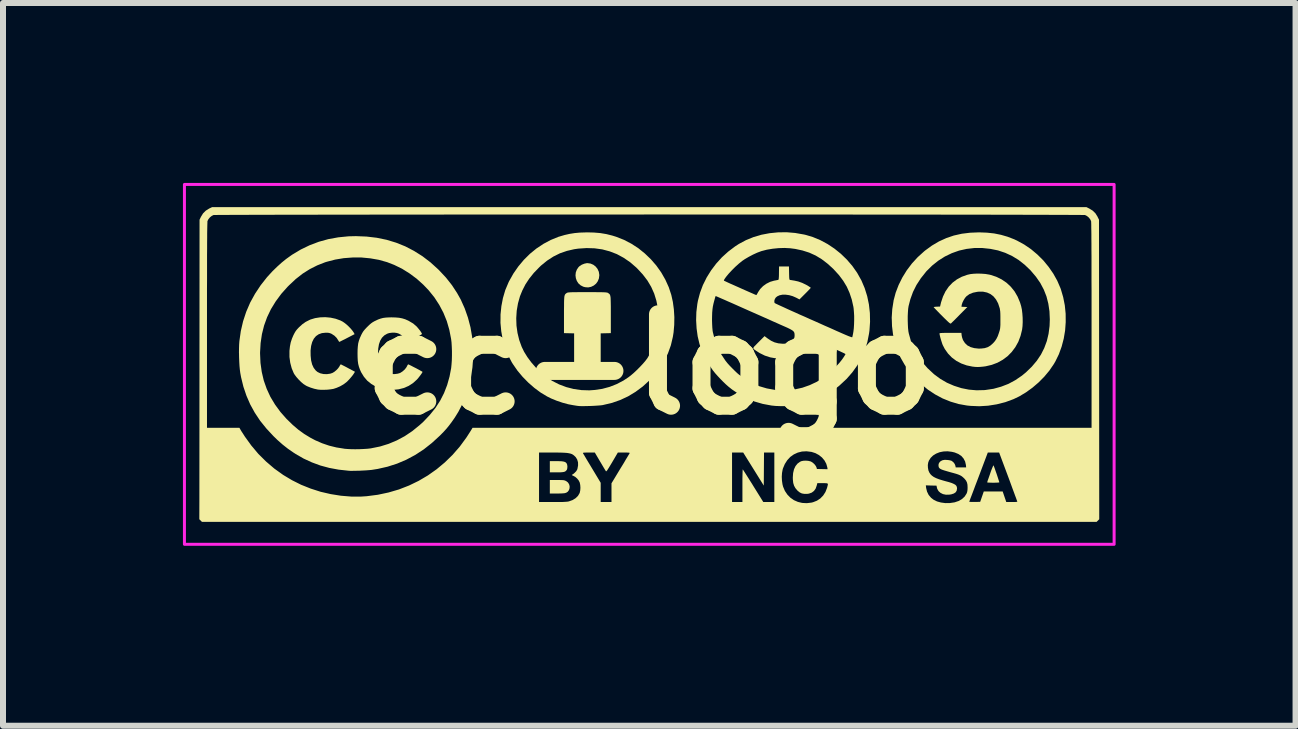
<source format=kicad_pcb>
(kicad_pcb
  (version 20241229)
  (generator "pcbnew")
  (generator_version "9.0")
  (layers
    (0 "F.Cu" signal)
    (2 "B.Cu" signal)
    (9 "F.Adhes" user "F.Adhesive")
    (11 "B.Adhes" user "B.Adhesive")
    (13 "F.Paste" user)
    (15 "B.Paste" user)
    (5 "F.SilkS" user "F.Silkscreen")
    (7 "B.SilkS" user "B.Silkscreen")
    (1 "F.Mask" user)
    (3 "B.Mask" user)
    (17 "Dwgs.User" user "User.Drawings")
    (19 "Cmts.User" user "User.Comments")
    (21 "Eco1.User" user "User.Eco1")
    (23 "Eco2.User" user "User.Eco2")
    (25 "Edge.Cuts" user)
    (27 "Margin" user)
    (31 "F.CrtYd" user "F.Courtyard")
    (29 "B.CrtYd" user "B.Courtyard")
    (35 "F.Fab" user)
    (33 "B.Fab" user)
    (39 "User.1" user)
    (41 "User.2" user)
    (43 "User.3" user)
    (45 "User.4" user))
  (footprint "cc-logo"
    (layer "F.Cu")
    (at 7.775 3.025)
    (property "Reference" "cc-logo" (at 0 0 0) (layer "F.SilkS") (effects (font (size 1.524 1.524) (thickness 0.3))))
    (attr board_only exclude_from_pos_files exclude_from_bom)
    (fp_poly (pts (xy -1.496 1.614) (xy -1.456 1.616) (xy -1.426 1.621) (xy -1.404 1.628) (xy -1.388 1.639) (xy -1.378 1.651) (xy -1.369 1.673) (xy -1.365 1.702) (xy -1.367 1.732) (xy -1.374 1.757) (xy -1.377 1.761) (xy -1.389 1.775) (xy -1.403 1.786) (xy -1.422 1.793) (xy -1.448 1.797) (xy -1.484 1.8) (xy -1.532 1.8) (xy -1.545 1.8) (xy -1.658 1.8) (xy -1.658 1.613) (xy -1.549 1.613)) (stroke (width 0) (type solid)) (fill yes) (layer "F.SilkS"))
    (fp_poly (pts (xy -1.494 1.928) (xy -1.46 1.929) (xy -1.436 1.93) (xy -1.418 1.933) (xy -1.403 1.938) (xy -1.39 1.944) (xy -1.387 1.945) (xy -1.358 1.967) (xy -1.338 1.996) (xy -1.328 2.03) (xy -1.329 2.064) (xy -1.339 2.096) (xy -1.359 2.123) (xy -1.383 2.139) (xy -1.398 2.144) (xy -1.414 2.148) (xy -1.436 2.15) (xy -1.466 2.152) (xy -1.506 2.153) (xy -1.536 2.153) (xy -1.658 2.153) (xy -1.658 1.928) (xy -1.539 1.928)) (stroke (width 0) (type solid)) (fill yes) (layer "F.SilkS"))
    (fp_poly (pts (xy -0.98 -1.681) (xy -0.933 -1.661) (xy -0.893 -1.63) (xy -0.862 -1.59) (xy -0.841 -1.543) (xy -0.833 -1.491) (xy -0.833 -1.485) (xy -0.84 -1.432) (xy -0.859 -1.385) (xy -0.888 -1.345) (xy -0.926 -1.314) (xy -0.97 -1.293) (xy -1.019 -1.283) (xy -1.07 -1.287) (xy -1.1 -1.295) (xy -1.145 -1.318) (xy -1.182 -1.351) (xy -1.208 -1.392) (xy -1.224 -1.437) (xy -1.23 -1.485) (xy -1.225 -1.533) (xy -1.208 -1.579) (xy -1.18 -1.621) (xy -1.162 -1.638) (xy -1.125 -1.662) (xy -1.082 -1.679) (xy -1.04 -1.688) (xy -1.031 -1.688)) (stroke (width 0) (type solid)) (fill yes) (layer "F.SilkS"))
    (fp_poly (pts (xy 5.744 1.694) (xy 5.752 1.715) (xy 5.763 1.745) (xy 5.775 1.781) (xy 5.789 1.82) (xy 5.802 1.859) (xy 5.814 1.896) (xy 5.824 1.927) (xy 5.832 1.951) (xy 5.836 1.965) (xy 5.836 1.967) (xy 5.829 1.969) (xy 5.811 1.971) (xy 5.784 1.972) (xy 5.752 1.973) (xy 5.718 1.973) (xy 5.686 1.972) (xy 5.659 1.971) (xy 5.641 1.97) (xy 5.634 1.967) (xy 5.634 1.967) (xy 5.636 1.959) (xy 5.642 1.938) (xy 5.653 1.908) (xy 5.666 1.871) (xy 5.681 1.828) (xy 5.684 1.818) (xy 5.701 1.769) (xy 5.716 1.731) (xy 5.728 1.703) (xy 5.736 1.687) (xy 5.74 1.684)) (stroke (width 0) (type solid)) (fill yes) (layer "F.SilkS"))
    (fp_poly (pts (xy -0.953 -1.204) (xy -0.888 -1.204) (xy -0.835 -1.203) (xy -0.793 -1.203) (xy -0.76 -1.202) (xy -0.736 -1.201) (xy -0.718 -1.199) (xy -0.705 -1.197) (xy -0.696 -1.195) (xy -0.69 -1.192) (xy -0.688 -1.191) (xy -0.677 -1.183) (xy -0.668 -1.176) (xy -0.66 -1.168) (xy -0.654 -1.157) (xy -0.65 -1.143) (xy -0.646 -1.123) (xy -0.644 -1.096) (xy -0.643 -1.061) (xy -0.642 -1.016) (xy -0.641 -0.96) (xy -0.641 -0.892) (xy -0.641 -0.521) (xy -0.726 -0.519) (xy -0.81 -0.517) (xy -0.81 0.188) (xy -1.253 0.188) (xy -1.253 -0.517) (xy -1.422 -0.521) (xy -1.422 -0.829) (xy -1.422 -0.908) (xy -1.421 -0.974) (xy -1.421 -1.027) (xy -1.42 -1.069) (xy -1.418 -1.102) (xy -1.416 -1.128) (xy -1.412 -1.146) (xy -1.407 -1.16) (xy -1.401 -1.17) (xy -1.393 -1.178) (xy -1.384 -1.185) (xy -1.375 -1.191) (xy -1.369 -1.194) (xy -1.361 -1.197) (xy -1.35 -1.199) (xy -1.334 -1.2) (xy -1.312 -1.202) (xy -1.282 -1.203) (xy -1.243 -1.203) (xy -1.194 -1.204) (xy -1.134 -1.204) (xy -1.06 -1.204) (xy -1.031 -1.204)) (stroke (width 0) (type solid)) (fill yes) (layer "F.SilkS"))
    (fp_poly (pts (xy -5.314 -0.779) (xy -5.23 -0.761) (xy -5.152 -0.733) (xy -5.116 -0.715) (xy -5.086 -0.695) (xy -5.05 -0.667) (xy -5.014 -0.634) (xy -4.98 -0.599) (xy -4.952 -0.566) (xy -4.932 -0.538) (xy -4.93 -0.535) (xy -4.913 -0.504) (xy -5.037 -0.44) (xy -5.077 -0.419) (xy -5.112 -0.402) (xy -5.14 -0.388) (xy -5.159 -0.378) (xy -5.167 -0.375) (xy -5.174 -0.381) (xy -5.183 -0.396) (xy -5.185 -0.399) (xy -5.212 -0.441) (xy -5.249 -0.478) (xy -5.292 -0.506) (xy -5.294 -0.508) (xy -5.32 -0.519) (xy -5.342 -0.525) (xy -5.368 -0.528) (xy -5.397 -0.528) (xy -5.459 -0.521) (xy -5.512 -0.502) (xy -5.557 -0.471) (xy -5.593 -0.428) (xy -5.62 -0.373) (xy -5.638 -0.307) (xy -5.647 -0.23) (xy -5.646 -0.146) (xy -5.638 -0.066) (xy -5.621 0.002) (xy -5.595 0.058) (xy -5.561 0.102) (xy -5.531 0.127) (xy -5.485 0.149) (xy -5.432 0.161) (xy -5.375 0.163) (xy -5.319 0.155) (xy -5.283 0.143) (xy -5.252 0.125) (xy -5.219 0.098) (xy -5.189 0.067) (xy -5.167 0.036) (xy -5.161 0.024) (xy -5.152 0.008) (xy -5.144 0.000193) (xy -5.143 0) (xy -5.135 0.003) (xy -5.116 0.013) (xy -5.088 0.027) (xy -5.053 0.045) (xy -5.022 0.062) (xy -4.907 0.123) (xy -4.92 0.145) (xy -4.941 0.177) (xy -4.971 0.214) (xy -5.004 0.252) (xy -5.037 0.286) (xy -5.052 0.299) (xy -5.099 0.334) (xy -5.155 0.366) (xy -5.215 0.392) (xy -5.268 0.409) (xy -5.312 0.416) (xy -5.366 0.422) (xy -5.423 0.424) (xy -5.477 0.424) (xy -5.524 0.42) (xy -5.584 0.407) (xy -5.648 0.387) (xy -5.707 0.363) (xy -5.729 0.351) (xy -5.766 0.327) (xy -5.806 0.293) (xy -5.846 0.253) (xy -5.883 0.211) (xy -5.913 0.171) (xy -5.928 0.146) (xy -5.962 0.064) (xy -5.986 -0.027) (xy -5.999 -0.124) (xy -5.999 -0.222) (xy -5.999 -0.225) (xy -5.991 -0.3) (xy -5.978 -0.366) (xy -5.957 -0.43) (xy -5.933 -0.486) (xy -5.913 -0.525) (xy -5.895 -0.555) (xy -5.874 -0.582) (xy -5.848 -0.61) (xy -5.837 -0.621) (xy -5.783 -0.67) (xy -5.729 -0.708) (xy -5.67 -0.738) (xy -5.648 -0.748) (xy -5.572 -0.771) (xy -5.488 -0.784) (xy -5.401 -0.787)) (stroke (width 0) (type solid)) (fill yes) (layer "F.SilkS"))
    (fp_poly (pts (xy -4.229 -0.782) (xy -4.171 -0.777) (xy -4.119 -0.767) (xy -4.07 -0.752) (xy -4.02 -0.73) (xy -4.007 -0.723) (xy -3.936 -0.681) (xy -3.876 -0.629) (xy -3.825 -0.567) (xy -3.821 -0.562) (xy -3.804 -0.536) (xy -3.794 -0.52) (xy -3.791 -0.51) (xy -3.793 -0.503) (xy -3.8 -0.498) (xy -3.811 -0.491) (xy -3.832 -0.479) (xy -3.861 -0.464) (xy -3.894 -0.447) (xy -3.929 -0.429) (xy -3.964 -0.412) (xy -3.995 -0.396) (xy -4.02 -0.384) (xy -4.037 -0.377) (xy -4.042 -0.375) (xy -4.048 -0.381) (xy -4.059 -0.396) (xy -4.072 -0.416) (xy -4.103 -0.459) (xy -4.14 -0.492) (xy -4.174 -0.512) (xy -4.207 -0.523) (xy -4.249 -0.529) (xy -4.294 -0.528) (xy -4.337 -0.522) (xy -4.37 -0.511) (xy -4.418 -0.483) (xy -4.457 -0.444) (xy -4.486 -0.395) (xy -4.507 -0.335) (xy -4.519 -0.263) (xy -4.523 -0.184) (xy -4.519 -0.099) (xy -4.506 -0.027) (xy -4.484 0.034) (xy -4.454 0.083) (xy -4.414 0.121) (xy -4.365 0.148) (xy -4.329 0.157) (xy -4.285 0.162) (xy -4.237 0.161) (xy -4.193 0.155) (xy -4.156 0.144) (xy -4.152 0.142) (xy -4.113 0.117) (xy -4.076 0.084) (xy -4.048 0.047) (xy -4.04 0.031) (xy -4.03 0.012) (xy -4.022 0.001) (xy -4.019 0) (xy -4.01 0.003) (xy -3.991 0.012) (xy -3.965 0.025) (xy -3.933 0.042) (xy -3.899 0.059) (xy -3.865 0.077) (xy -3.833 0.094) (xy -3.807 0.109) (xy -3.789 0.119) (xy -3.781 0.124) (xy -3.781 0.125) (xy -3.785 0.136) (xy -3.797 0.155) (xy -3.814 0.179) (xy -3.835 0.206) (xy -3.856 0.233) (xy -3.874 0.253) (xy -3.939 0.312) (xy -4.012 0.359) (xy -4.093 0.394) (xy -4.18 0.416) (xy -4.273 0.425) (xy -4.372 0.421) (xy -4.388 0.419) (xy -4.478 0.401) (xy -4.561 0.37) (xy -4.635 0.326) (xy -4.702 0.272) (xy -4.758 0.206) (xy -4.804 0.131) (xy -4.825 0.084) (xy -4.841 0.039) (xy -4.853 -0.008) (xy -4.86 -0.059) (xy -4.863 -0.119) (xy -4.864 -0.18) (xy -4.863 -0.246) (xy -4.859 -0.301) (xy -4.853 -0.349) (xy -4.842 -0.392) (xy -4.827 -0.435) (xy -4.806 -0.482) (xy -4.8 -0.495) (xy -4.783 -0.527) (xy -4.765 -0.555) (xy -4.742 -0.583) (xy -4.713 -0.614) (xy -4.7 -0.627) (xy -4.666 -0.66) (xy -4.638 -0.684) (xy -4.611 -0.703) (xy -4.581 -0.72) (xy -4.568 -0.726) (xy -4.522 -0.748) (xy -4.48 -0.763) (xy -4.438 -0.774) (xy -4.393 -0.78) (xy -4.341 -0.783) (xy -4.298 -0.784)) (stroke (width 0) (type solid)) (fill yes) (layer "F.SilkS"))
    (fp_poly (pts (xy 5.499 -2.201) (xy 5.629 -2.196) (xy 5.75 -2.183) (xy 5.864 -2.16) (xy 5.974 -2.128) (xy 6.083 -2.086) (xy 6.132 -2.063) (xy 6.251 -1.998) (xy 6.364 -1.921) (xy 6.47 -1.832) (xy 6.569 -1.734) (xy 6.657 -1.627) (xy 6.736 -1.513) (xy 6.802 -1.395) (xy 6.855 -1.272) (xy 6.862 -1.253) (xy 6.901 -1.12) (xy 6.928 -0.984) (xy 6.942 -0.844) (xy 6.943 -0.704) (xy 6.933 -0.565) (xy 6.91 -0.429) (xy 6.875 -0.296) (xy 6.829 -0.169) (xy 6.771 -0.05) (xy 6.744 -0.004) (xy 6.671 0.103) (xy 6.586 0.205) (xy 6.491 0.301) (xy 6.388 0.389) (xy 6.28 0.467) (xy 6.168 0.534) (xy 6.072 0.58) (xy 5.936 0.63) (xy 5.794 0.666) (xy 5.649 0.689) (xy 5.503 0.698) (xy 5.356 0.692) (xy 5.297 0.686) (xy 5.157 0.661) (xy 5.022 0.621) (xy 4.891 0.568) (xy 4.766 0.501) (xy 4.646 0.422) (xy 4.534 0.33) (xy 4.429 0.227) (xy 4.332 0.112) (xy 4.257 0.005) (xy 4.191 -0.11) (xy 4.137 -0.234) (xy 4.094 -0.364) (xy 4.064 -0.499) (xy 4.047 -0.638) (xy 4.044 -0.736) (xy 4.309 -0.736) (xy 4.311 -0.669) (xy 4.314 -0.606) (xy 4.32 -0.551) (xy 4.327 -0.515) (xy 4.363 -0.385) (xy 4.412 -0.263) (xy 4.474 -0.148) (xy 4.55 -0.039) (xy 4.639 0.063) (xy 4.742 0.159) (xy 4.75 0.166) (xy 4.853 0.242) (xy 4.963 0.306) (xy 5.081 0.357) (xy 5.203 0.396) (xy 5.328 0.421) (xy 5.455 0.432) (xy 5.583 0.429) (xy 5.605 0.427) (xy 5.739 0.407) (xy 5.866 0.372) (xy 5.988 0.325) (xy 6.103 0.263) (xy 6.213 0.188) (xy 6.28 0.133) (xy 6.377 0.039) (xy 6.46 -0.059) (xy 6.53 -0.163) (xy 6.585 -0.272) (xy 6.628 -0.388) (xy 6.657 -0.51) (xy 6.674 -0.64) (xy 6.678 -0.75) (xy 6.672 -0.886) (xy 6.653 -1.013) (xy 6.622 -1.134) (xy 6.577 -1.248) (xy 6.519 -1.357) (xy 6.447 -1.461) (xy 6.361 -1.562) (xy 6.358 -1.566) (xy 6.26 -1.66) (xy 6.157 -1.741) (xy 6.049 -1.807) (xy 5.934 -1.86) (xy 5.814 -1.9) (xy 5.686 -1.926) (xy 5.553 -1.94) (xy 5.42 -1.94) (xy 5.29 -1.925) (xy 5.165 -1.897) (xy 5.044 -1.854) (xy 4.928 -1.798) (xy 4.819 -1.729) (xy 4.716 -1.647) (xy 4.621 -1.553) (xy 4.613 -1.543) (xy 4.527 -1.435) (xy 4.455 -1.324) (xy 4.397 -1.208) (xy 4.353 -1.087) (xy 4.323 -0.971) (xy 4.316 -0.925) (xy 4.312 -0.868) (xy 4.309 -0.803) (xy 4.309 -0.736) (xy 4.044 -0.736) (xy 4.042 -0.778) (xy 4.051 -0.92) (xy 4.073 -1.06) (xy 4.073 -1.064) (xy 4.108 -1.195) (xy 4.157 -1.323) (xy 4.219 -1.448) (xy 4.293 -1.568) (xy 4.379 -1.682) (xy 4.475 -1.787) (xy 4.581 -1.883) (xy 4.599 -1.898) (xy 4.713 -1.981) (xy 4.83 -2.05) (xy 4.951 -2.105) (xy 5.077 -2.148) (xy 5.21 -2.178) (xy 5.349 -2.195) (xy 5.498 -2.201)) (stroke (width 0) (type solid)) (fill yes) (layer "F.SilkS"))
    (fp_poly (pts (xy 5.54 -1.512) (xy 5.607 -1.507) (xy 5.666 -1.497) (xy 5.685 -1.493) (xy 5.784 -1.461) (xy 5.874 -1.417) (xy 5.955 -1.362) (xy 6.028 -1.294) (xy 6.09 -1.217) (xy 6.141 -1.129) (xy 6.182 -1.031) (xy 6.2 -0.971) (xy 6.212 -0.915) (xy 6.22 -0.849) (xy 6.225 -0.777) (xy 6.226 -0.705) (xy 6.223 -0.638) (xy 6.216 -0.58) (xy 6.19 -0.475) (xy 6.153 -0.377) (xy 6.103 -0.287) (xy 6.043 -0.207) (xy 5.973 -0.136) (xy 5.894 -0.077) (xy 5.806 -0.028) (xy 5.71 0.008) (xy 5.608 0.032) (xy 5.57 0.037) (xy 5.518 0.042) (xy 5.475 0.044) (xy 5.433 0.042) (xy 5.388 0.037) (xy 5.292 0.017) (xy 5.202 -0.015) (xy 5.119 -0.059) (xy 5.045 -0.114) (xy 4.981 -0.18) (xy 4.927 -0.256) (xy 4.893 -0.322) (xy 4.884 -0.345) (xy 4.874 -0.376) (xy 4.863 -0.411) (xy 4.853 -0.446) (xy 4.845 -0.479) (xy 4.84 -0.503) (xy 4.838 -0.515) (xy 4.841 -0.518) (xy 4.849 -0.521) (xy 4.865 -0.523) (xy 4.889 -0.524) (xy 4.924 -0.525) (xy 4.971 -0.525) (xy 5.021 -0.525) (xy 5.204 -0.525) (xy 5.208 -0.485) (xy 5.214 -0.454) (xy 5.225 -0.42) (xy 5.232 -0.403) (xy 5.263 -0.355) (xy 5.304 -0.316) (xy 5.357 -0.288) (xy 5.419 -0.271) (xy 5.491 -0.263) (xy 5.534 -0.264) (xy 5.593 -0.271) (xy 5.643 -0.287) (xy 5.688 -0.314) (xy 5.73 -0.351) (xy 5.763 -0.388) (xy 5.788 -0.426) (xy 5.81 -0.47) (xy 5.829 -0.524) (xy 5.833 -0.537) (xy 5.841 -0.561) (xy 5.846 -0.582) (xy 5.85 -0.604) (xy 5.852 -0.628) (xy 5.854 -0.657) (xy 5.854 -0.696) (xy 5.854 -0.746) (xy 5.854 -0.803) (xy 5.853 -0.848) (xy 5.851 -0.883) (xy 5.847 -0.911) (xy 5.843 -0.936) (xy 5.841 -0.941) (xy 5.816 -1.017) (xy 5.782 -1.08) (xy 5.74 -1.132) (xy 5.69 -1.171) (xy 5.631 -1.198) (xy 5.565 -1.212) (xy 5.492 -1.212) (xy 5.465 -1.209) (xy 5.397 -1.195) (xy 5.339 -1.172) (xy 5.292 -1.139) (xy 5.29 -1.137) (xy 5.265 -1.109) (xy 5.242 -1.072) (xy 5.222 -1.032) (xy 5.21 -0.995) (xy 5.209 -0.988) (xy 5.204 -0.961) (xy 5.303 -0.956) (xy 5.173 -0.825) (xy 5.137 -0.788) (xy 5.103 -0.754) (xy 5.074 -0.725) (xy 5.051 -0.703) (xy 5.036 -0.688) (xy 5.031 -0.683) (xy 5.026 -0.681) (xy 5.02 -0.681) (xy 5.011 -0.686) (xy 4.998 -0.696) (xy 4.979 -0.713) (xy 4.954 -0.737) (xy 4.921 -0.769) (xy 4.879 -0.811) (xy 4.842 -0.848) (xy 4.809 -0.882) (xy 4.781 -0.911) (xy 4.759 -0.934) (xy 4.745 -0.949) (xy 4.741 -0.954) (xy 4.748 -0.957) (xy 4.766 -0.96) (xy 4.791 -0.962) (xy 4.794 -0.962) (xy 4.848 -0.964) (xy 4.865 -1.035) (xy 4.897 -1.131) (xy 4.939 -1.218) (xy 4.992 -1.295) (xy 5.056 -1.362) (xy 5.129 -1.417) (xy 5.211 -1.461) (xy 5.301 -1.493) (xy 5.353 -1.505) (xy 5.408 -1.511) (xy 5.472 -1.514)) (stroke (width 0) (type solid)) (fill yes) (layer "F.SilkS"))
    (fp_poly (pts (xy -0.923 -2.198) (xy -0.817 -2.189) (xy -0.715 -2.172) (xy -0.615 -2.147) (xy -0.551 -2.127) (xy -0.422 -2.076) (xy -0.299 -2.012) (xy -0.183 -1.937) (xy -0.074 -1.849) (xy 0.027 -1.752) (xy 0.118 -1.647) (xy 0.199 -1.533) (xy 0.268 -1.412) (xy 0.325 -1.286) (xy 0.367 -1.159) (xy 0.393 -1.042) (xy 0.41 -0.917) (xy 0.418 -0.788) (xy 0.416 -0.658) (xy 0.405 -0.532) (xy 0.393 -0.458) (xy 0.36 -0.318) (xy 0.312 -0.185) (xy 0.251 -0.058) (xy 0.177 0.062) (xy 0.089 0.176) (xy 0.004 0.266) (xy -0.109 0.369) (xy -0.229 0.458) (xy -0.353 0.533) (xy -0.484 0.594) (xy -0.621 0.642) (xy -0.765 0.676) (xy -0.784 0.68) (xy -0.81 0.683) (xy -0.846 0.686) (xy -0.891 0.689) (xy -0.941 0.692) (xy -0.993 0.694) (xy -1.044 0.695) (xy -1.092 0.696) (xy -1.133 0.696) (xy -1.165 0.695) (xy -1.185 0.693) (xy -1.202 0.691) (xy -1.228 0.687) (xy -1.258 0.682) (xy -1.26 0.682) (xy -1.351 0.665) (xy -1.447 0.639) (xy -1.544 0.606) (xy -1.637 0.568) (xy -1.703 0.535) (xy -1.811 0.47) (xy -1.916 0.392) (xy -2.018 0.303) (xy -2.113 0.206) (xy -2.199 0.103) (xy -2.273 -0.004) (xy -2.293 -0.036) (xy -2.356 -0.157) (xy -2.406 -0.285) (xy -2.444 -0.417) (xy -2.468 -0.553) (xy -2.481 -0.692) (xy -2.48 -0.77) (xy -2.218 -0.77) (xy -2.214 -0.646) (xy -2.197 -0.524) (xy -2.168 -0.405) (xy -2.127 -0.292) (xy -2.087 -0.21) (xy -2.032 -0.121) (xy -1.965 -0.031) (xy -1.89 0.055) (xy -1.809 0.135) (xy -1.727 0.202) (xy -1.619 0.275) (xy -1.503 0.334) (xy -1.383 0.379) (xy -1.258 0.411) (xy -1.129 0.429) (xy -0.999 0.433) (xy -0.914 0.427) (xy -0.784 0.408) (xy -0.661 0.375) (xy -0.544 0.329) (xy -0.431 0.27) (xy -0.349 0.216) (xy -0.306 0.183) (xy -0.258 0.142) (xy -0.208 0.095) (xy -0.158 0.045) (xy -0.111 -0.005) (xy -0.07 -0.052) (xy -0.038 -0.094) (xy -0.031 -0.104) (xy 0.034 -0.215) (xy 0.085 -0.333) (xy 0.123 -0.456) (xy 0.146 -0.585) (xy 0.156 -0.718) (xy 0.155 -0.806) (xy 0.143 -0.939) (xy 0.118 -1.063) (xy 0.082 -1.18) (xy 0.032 -1.292) (xy -0.031 -1.398) (xy -0.109 -1.5) (xy -0.2 -1.598) (xy -0.217 -1.615) (xy -0.319 -1.703) (xy -0.427 -1.777) (xy -0.54 -1.838) (xy -0.659 -1.884) (xy -0.783 -1.917) (xy -0.912 -1.935) (xy -1.045 -1.939) (xy -1.183 -1.93) (xy -1.252 -1.92) (xy -1.373 -1.892) (xy -1.489 -1.852) (xy -1.598 -1.798) (xy -1.703 -1.73) (xy -1.804 -1.648) (xy -1.835 -1.618) (xy -1.925 -1.525) (xy -2.001 -1.43) (xy -2.065 -1.333) (xy -2.117 -1.231) (xy -2.156 -1.135) (xy -2.189 -1.017) (xy -2.21 -0.895) (xy -2.218 -0.77) (xy -2.48 -0.77) (xy -2.48 -0.831) (xy -2.466 -0.969) (xy -2.44 -1.105) (xy -2.401 -1.238) (xy -2.348 -1.364) (xy -2.337 -1.387) (xy -2.265 -1.515) (xy -2.183 -1.633) (xy -2.091 -1.743) (xy -1.99 -1.843) (xy -1.881 -1.932) (xy -1.765 -2.009) (xy -1.643 -2.074) (xy -1.516 -2.126) (xy -1.411 -2.157) (xy -1.327 -2.176) (xy -1.244 -2.189) (xy -1.158 -2.197) (xy -1.063 -2.2) (xy -1.039 -2.201)) (stroke (width 0) (type solid)) (fill yes) (layer "F.SilkS"))
    (fp_poly (pts (xy -4.714 -2.131) (xy -4.544 -2.111) (xy -4.379 -2.077) (xy -4.221 -2.029) (xy -4.069 -1.968) (xy -3.923 -1.892) (xy -3.783 -1.804) (xy -3.648 -1.701) (xy -3.519 -1.584) (xy -3.503 -1.568) (xy -3.389 -1.446) (xy -3.289 -1.319) (xy -3.203 -1.187) (xy -3.143 -1.08) (xy -3.077 -0.933) (xy -3.023 -0.779) (xy -2.981 -0.619) (xy -2.953 -0.456) (xy -2.938 -0.289) (xy -2.936 -0.12) (xy -2.948 0.049) (xy -2.973 0.217) (xy -3.001 0.342) (xy -3.048 0.498) (xy -3.109 0.648) (xy -3.183 0.791) (xy -3.245 0.891) (xy -3.292 0.958) (xy -3.336 1.017) (xy -3.38 1.071) (xy -3.428 1.124) (xy -3.485 1.182) (xy -3.492 1.189) (xy -3.624 1.31) (xy -3.761 1.418) (xy -3.904 1.511) (xy -4.052 1.59) (xy -4.205 1.655) (xy -4.364 1.706) (xy -4.527 1.743) (xy -4.627 1.759) (xy -4.668 1.763) (xy -4.719 1.767) (xy -4.775 1.77) (xy -4.834 1.773) (xy -4.891 1.774) (xy -4.943 1.775) (xy -4.987 1.775) (xy -5.015 1.773) (xy -5.18 1.755) (xy -5.336 1.726) (xy -5.484 1.686) (xy -5.625 1.634) (xy -5.762 1.571) (xy -5.896 1.494) (xy -5.93 1.472) (xy -6.024 1.407) (xy -6.113 1.337) (xy -6.2 1.26) (xy -6.267 1.195) (xy -6.384 1.069) (xy -6.488 0.94) (xy -6.577 0.806) (xy -6.653 0.668) (xy -6.716 0.523) (xy -6.767 0.372) (xy -6.806 0.213) (xy -6.819 0.142) (xy -6.826 0.09) (xy -6.832 0.027) (xy -6.836 -0.043) (xy -6.839 -0.118) (xy -6.84 -0.18) (xy -6.489 -0.18) (xy -6.482 -0.024) (xy -6.461 0.126) (xy -6.427 0.27) (xy -6.378 0.409) (xy -6.316 0.543) (xy -6.239 0.671) (xy -6.149 0.794) (xy -6.044 0.913) (xy -6.042 0.914) (xy -5.946 1.008) (xy -5.851 1.089) (xy -5.753 1.16) (xy -5.651 1.222) (xy -5.57 1.265) (xy -5.455 1.315) (xy -5.338 1.355) (xy -5.216 1.385) (xy -5.084 1.406) (xy -5.081 1.407) (xy -5.031 1.411) (xy -4.971 1.414) (xy -4.903 1.415) (xy -4.833 1.414) (xy -4.765 1.411) (xy -4.701 1.407) (xy -4.647 1.401) (xy -4.636 1.399) (xy -4.488 1.369) (xy -4.346 1.325) (xy -4.21 1.268) (xy -4.079 1.198) (xy -3.952 1.113) (xy -3.83 1.014) (xy -3.765 0.955) (xy -3.659 0.843) (xy -3.566 0.728) (xy -3.487 0.606) (xy -3.422 0.479) (xy -3.37 0.345) (xy -3.33 0.203) (xy -3.303 0.062) (xy -3.297 0.002) (xy -3.292 -0.068) (xy -3.29 -0.145) (xy -3.29 -0.223) (xy -3.293 -0.299) (xy -3.297 -0.368) (xy -3.304 -0.424) (xy -3.334 -0.577) (xy -3.376 -0.722) (xy -3.432 -0.86) (xy -3.501 -0.991) (xy -3.583 -1.117) (xy -3.679 -1.236) (xy -3.766 -1.327) (xy -3.878 -1.428) (xy -3.998 -1.517) (xy -4.123 -1.595) (xy -4.254 -1.659) (xy -4.373 -1.705) (xy -4.509 -1.743) (xy -4.652 -1.768) (xy -4.798 -1.782) (xy -4.946 -1.782) (xy -5.093 -1.771) (xy -5.237 -1.747) (xy -5.376 -1.711) (xy -5.405 -1.702) (xy -5.535 -1.651) (xy -5.66 -1.588) (xy -5.78 -1.512) (xy -5.895 -1.422) (xy -6.007 -1.317) (xy -6.03 -1.294) (xy -6.137 -1.174) (xy -6.229 -1.049) (xy -6.308 -0.92) (xy -6.372 -0.786) (xy -6.422 -0.648) (xy -6.458 -0.504) (xy -6.48 -0.355) (xy -6.489 -0.2) (xy -6.489 -0.18) (xy -6.84 -0.18) (xy -6.841 -0.194) (xy -6.84 -0.266) (xy -6.838 -0.332) (xy -6.834 -0.387) (xy -6.81 -0.556) (xy -6.772 -0.719) (xy -6.72 -0.877) (xy -6.654 -1.03) (xy -6.573 -1.177) (xy -6.479 -1.319) (xy -6.372 -1.455) (xy -6.283 -1.552) (xy -6.205 -1.628) (xy -6.131 -1.695) (xy -6.056 -1.756) (xy -5.975 -1.814) (xy -5.952 -1.83) (xy -5.81 -1.915) (xy -5.663 -1.986) (xy -5.51 -2.044) (xy -5.351 -2.088) (xy -5.186 -2.118) (xy -5.015 -2.135) (xy -4.891 -2.138)) (stroke (width 0) (type solid)) (fill yes) (layer "F.SilkS"))
    (fp_poly (pts (xy 2.432 -2.191) (xy 2.575 -2.166) (xy 2.599 -2.161) (xy 2.727 -2.123) (xy 2.852 -2.071) (xy 2.973 -2.006) (xy 3.087 -1.93) (xy 3.195 -1.843) (xy 3.295 -1.746) (xy 3.386 -1.64) (xy 3.466 -1.526) (xy 3.533 -1.406) (xy 3.537 -1.399) (xy 3.591 -1.272) (xy 3.633 -1.138) (xy 3.662 -0.999) (xy 3.678 -0.856) (xy 3.681 -0.71) (xy 3.671 -0.564) (xy 3.664 -0.514) (xy 3.636 -0.372) (xy 3.594 -0.236) (xy 3.538 -0.107) (xy 3.469 0.016) (xy 3.386 0.132) (xy 3.291 0.241) (xy 3.277 0.254) (xy 3.164 0.359) (xy 3.046 0.449) (xy 2.923 0.525) (xy 2.794 0.587) (xy 2.66 0.635) (xy 2.52 0.67) (xy 2.416 0.686) (xy 2.343 0.693) (xy 2.264 0.696) (xy 2.183 0.696) (xy 2.105 0.693) (xy 2.037 0.686) (xy 2.037 0.686) (xy 1.892 0.659) (xy 1.754 0.619) (xy 1.623 0.566) (xy 1.498 0.499) (xy 1.379 0.418) (xy 1.321 0.372) (xy 1.28 0.336) (xy 1.234 0.292) (xy 1.186 0.243) (xy 1.14 0.194) (xy 1.098 0.147) (xy 1.065 0.105) (xy 1.061 0.101) (xy 0.99 -0.003) (xy 0.928 -0.113) (xy 0.876 -0.227) (xy 0.837 -0.34) (xy 0.837 -0.341) (xy 0.807 -0.467) (xy 0.789 -0.599) (xy 0.781 -0.735) (xy 0.781 -0.737) (xy 1.046 -0.737) (xy 1.048 -0.673) (xy 1.051 -0.613) (xy 1.056 -0.561) (xy 1.06 -0.537) (xy 1.093 -0.408) (xy 1.139 -0.286) (xy 1.198 -0.17) (xy 1.269 -0.063) (xy 1.274 -0.056) (xy 1.302 -0.021) (xy 1.339 0.02) (xy 1.381 0.063) (xy 1.424 0.106) (xy 1.465 0.145) (xy 1.497 0.172) (xy 1.602 0.249) (xy 1.714 0.313) (xy 1.834 0.364) (xy 1.96 0.401) (xy 2.093 0.425) (xy 2.112 0.427) (xy 2.16 0.431) (xy 2.217 0.432) (xy 2.28 0.43) (xy 2.343 0.426) (xy 2.4 0.42) (xy 2.427 0.417) (xy 2.553 0.389) (xy 2.675 0.346) (xy 2.794 0.29) (xy 2.907 0.22) (xy 2.941 0.196) (xy 2.981 0.164) (xy 3.026 0.123) (xy 3.074 0.077) (xy 3.121 0.028) (xy 3.165 -0.02) (xy 3.201 -0.064) (xy 3.224 -0.095) (xy 3.243 -0.123) (xy 3.258 -0.147) (xy 3.268 -0.164) (xy 3.271 -0.171) (xy 3.268 -0.174) (xy 3.258 -0.18) (xy 3.241 -0.189) (xy 3.215 -0.201) (xy 3.181 -0.217) (xy 3.137 -0.237) (xy 3.082 -0.262) (xy 3.016 -0.292) (xy 2.938 -0.327) (xy 2.848 -0.367) (xy 2.816 -0.381) (xy 2.732 -0.419) (xy 2.715 -0.372) (xy 2.682 -0.303) (xy 2.638 -0.243) (xy 2.582 -0.191) (xy 2.517 -0.15) (xy 2.443 -0.119) (xy 2.395 -0.107) (xy 2.333 -0.094) (xy 2.333 0.128) (xy 2.249 0.126) (xy 2.164 0.124) (xy 2.162 0.014) (xy 2.16 -0.096) (xy 2.108 -0.101) (xy 2.017 -0.117) (xy 1.927 -0.146) (xy 1.842 -0.188) (xy 1.802 -0.213) (xy 1.773 -0.232) (xy 1.752 -0.247) (xy 1.739 -0.259) (xy 1.735 -0.27) (xy 1.739 -0.283) (xy 1.752 -0.3) (xy 1.775 -0.323) (xy 1.806 -0.355) (xy 1.822 -0.371) (xy 1.922 -0.471) (xy 1.972 -0.433) (xy 2.031 -0.394) (xy 2.089 -0.367) (xy 2.151 -0.351) (xy 2.221 -0.344) (xy 2.241 -0.344) (xy 2.301 -0.348) (xy 2.348 -0.361) (xy 2.385 -0.383) (xy 2.409 -0.415) (xy 2.421 -0.455) (xy 2.423 -0.482) (xy 2.422 -0.506) (xy 2.419 -0.525) (xy 2.411 -0.542) (xy 2.397 -0.558) (xy 2.375 -0.573) (xy 2.345 -0.59) (xy 2.304 -0.61) (xy 2.25 -0.634) (xy 2.22 -0.647) (xy 2.177 -0.666) (xy 2.124 -0.69) (xy 2.062 -0.717) (xy 1.992 -0.749) (xy 1.915 -0.783) (xy 1.834 -0.819) (xy 1.75 -0.856) (xy 1.664 -0.894) (xy 1.61 -0.918) (xy 1.529 -0.954) (xy 1.451 -0.989) (xy 1.379 -1.021) (xy 1.312 -1.05) (xy 1.254 -1.076) (xy 1.203 -1.098) (xy 1.162 -1.116) (xy 1.132 -1.129) (xy 1.113 -1.137) (xy 1.107 -1.139) (xy 1.102 -1.129) (xy 1.096 -1.108) (xy 1.088 -1.079) (xy 1.079 -1.046) (xy 1.07 -1.011) (xy 1.063 -0.978) (xy 1.06 -0.964) (xy 1.054 -0.92) (xy 1.049 -0.865) (xy 1.047 -0.802) (xy 1.046 -0.737) (xy 0.781 -0.737) (xy 0.785 -0.872) (xy 0.801 -1.005) (xy 0.811 -1.061) (xy 0.846 -1.193) (xy 0.894 -1.322) (xy 0.934 -1.402) (xy 1.244 -1.402) (xy 1.246 -1.395) (xy 1.248 -1.394) (xy 1.259 -1.389) (xy 1.28 -1.379) (xy 1.312 -1.364) (xy 1.351 -1.346) (xy 1.397 -1.326) (xy 1.446 -1.304) (xy 1.498 -1.281) (xy 1.551 -1.257) (xy 1.603 -1.234) (xy 1.651 -1.213) (xy 1.694 -1.194) (xy 1.731 -1.178) (xy 1.76 -1.165) (xy 1.778 -1.158) (xy 1.784 -1.155) (xy 1.79 -1.161) (xy 1.8 -1.178) (xy 1.813 -1.201) (xy 1.814 -1.204) (xy 1.85 -1.257) (xy 1.897 -1.305) (xy 1.953 -1.345) (xy 2.015 -1.376) (xy 2.079 -1.395) (xy 2.107 -1.4) (xy 2.131 -1.405) (xy 2.143 -1.407) (xy 2.15 -1.409) (xy 2.154 -1.413) (xy 2.158 -1.422) (xy 2.159 -1.438) (xy 2.161 -1.463) (xy 2.162 -1.5) (xy 2.162 -1.521) (xy 2.164 -1.632) (xy 2.329 -1.632) (xy 2.331 -1.521) (xy 2.332 -1.478) (xy 2.333 -1.448) (xy 2.335 -1.428) (xy 2.337 -1.417) (xy 2.341 -1.411) (xy 2.347 -1.408) (xy 2.35 -1.407) (xy 2.366 -1.405) (xy 2.391 -1.401) (xy 2.42 -1.396) (xy 2.421 -1.396) (xy 2.484 -1.382) (xy 2.549 -1.359) (xy 2.611 -1.329) (xy 2.642 -1.312) (xy 2.665 -1.297) (xy 2.683 -1.285) (xy 2.692 -1.278) (xy 2.693 -1.278) (xy 2.689 -1.272) (xy 2.676 -1.257) (xy 2.655 -1.235) (xy 2.629 -1.208) (xy 2.6 -1.179) (xy 2.504 -1.083) (xy 2.451 -1.111) (xy 2.392 -1.137) (xy 2.332 -1.154) (xy 2.274 -1.162) (xy 2.22 -1.162) (xy 2.172 -1.152) (xy 2.133 -1.134) (xy 2.109 -1.114) (xy 2.093 -1.088) (xy 2.085 -1.06) (xy 2.086 -1.034) (xy 2.091 -1.023) (xy 2.099 -1.018) (xy 2.119 -1.008) (xy 2.151 -0.993) (xy 2.192 -0.974) (xy 2.243 -0.951) (xy 2.301 -0.924) (xy 2.365 -0.895) (xy 2.435 -0.864) (xy 2.505 -0.832) (xy 2.588 -0.796) (xy 2.674 -0.757) (xy 2.761 -0.719) (xy 2.846 -0.681) (xy 2.928 -0.644) (xy 3.004 -0.611) (xy 3.071 -0.581) (xy 3.128 -0.555) (xy 3.147 -0.547) (xy 3.217 -0.516) (xy 3.275 -0.491) (xy 3.32 -0.472) (xy 3.353 -0.46) (xy 3.374 -0.453) (xy 3.383 -0.452) (xy 3.384 -0.452) (xy 3.387 -0.463) (xy 3.392 -0.485) (xy 3.398 -0.515) (xy 3.403 -0.544) (xy 3.41 -0.6) (xy 3.414 -0.666) (xy 3.416 -0.736) (xy 3.416 -0.807) (xy 3.412 -0.874) (xy 3.407 -0.933) (xy 3.403 -0.96) (xy 3.376 -1.081) (xy 3.339 -1.192) (xy 3.293 -1.295) (xy 3.234 -1.393) (xy 3.163 -1.488) (xy 3.078 -1.581) (xy 3.069 -1.591) (xy 2.972 -1.679) (xy 2.874 -1.754) (xy 2.773 -1.815) (xy 2.667 -1.863) (xy 2.554 -1.899) (xy 2.433 -1.925) (xy 2.348 -1.936) (xy 2.255 -1.941) (xy 2.156 -1.938) (xy 2.056 -1.928) (xy 1.96 -1.912) (xy 1.872 -1.889) (xy 1.863 -1.886) (xy 1.799 -1.862) (xy 1.729 -1.83) (xy 1.659 -1.793) (xy 1.594 -1.755) (xy 1.548 -1.724) (xy 1.493 -1.679) (xy 1.434 -1.626) (xy 1.377 -1.569) (xy 1.324 -1.512) (xy 1.281 -1.46) (xy 1.261 -1.432) (xy 1.249 -1.413) (xy 1.244 -1.402) (xy 0.934 -1.402) (xy 0.956 -1.447) (xy 1.03 -1.566) (xy 1.115 -1.679) (xy 1.211 -1.785) (xy 1.317 -1.881) (xy 1.431 -1.967) (xy 1.494 -2.008) (xy 1.612 -2.071) (xy 1.737 -2.122) (xy 1.869 -2.161) (xy 2.006 -2.187) (xy 2.146 -2.201) (xy 2.289 -2.203)) (stroke (width 0) (type solid)) (fill yes) (layer "F.SilkS"))
    (fp_poly (pts (xy 7.336 -2.598) (xy 7.393 -2.563) (xy 7.439 -2.518) (xy 7.474 -2.462) (xy 7.474 -2.46) (xy 7.498 -2.412) (xy 7.5 0.085) (xy 7.502 2.582) (xy 7.48 2.604) (xy 7.458 2.626) (xy -7.458 2.626) (xy -7.48 2.604) (xy -7.502 2.582) (xy -7.501 2.295) (xy -1.838 2.295) (xy -1.611 2.295) (xy -1.541 2.295) (xy -1.485 2.295) (xy -1.44 2.294) (xy -1.405 2.292) (xy -1.377 2.29) (xy -1.356 2.288) (xy -1.34 2.284) (xy -1.339 2.284) (xy -1.278 2.262) (xy -1.228 2.231) (xy -1.189 2.193) (xy -1.162 2.147) (xy -1.159 2.138) (xy -1.151 2.101) (xy -1.148 2.057) (xy -1.151 2.012) (xy -1.159 1.972) (xy -1.16 1.969) (xy -1.177 1.935) (xy -1.203 1.903) (xy -1.234 1.876) (xy -1.263 1.86) (xy -1.281 1.852) (xy -1.29 1.844) (xy -1.289 1.839) (xy -1.284 1.838) (xy -1.275 1.833) (xy -1.259 1.821) (xy -1.243 1.807) (xy -1.218 1.781) (xy -1.202 1.754) (xy -1.197 1.738) (xy -1.187 1.684) (xy -1.188 1.633) (xy -1.202 1.586) (xy -1.226 1.547) (xy -1.236 1.537) (xy -1.254 1.52) (xy -1.272 1.506) (xy -1.292 1.495) (xy -1.316 1.487) (xy -1.344 1.481) (xy -1.362 1.478) (xy -1.106 1.478) (xy -1.104 1.484) (xy -1.103 1.485) (xy -1.098 1.494) (xy -1.085 1.515) (xy -1.067 1.546) (xy -1.044 1.585) (xy -1.017 1.63) (xy -0.986 1.681) (xy -0.953 1.736) (xy -0.953 1.736) (xy -0.81 1.974) (xy -0.81 2.295) (xy -0.63 2.295) (xy 1.38 2.295) (xy 1.553 2.295) (xy 1.553 2.021) (xy 1.553 1.959) (xy 1.553 1.902) (xy 1.554 1.851) (xy 1.555 1.81) (xy 1.556 1.778) (xy 1.557 1.757) (xy 1.559 1.751) (xy 1.559 1.751) (xy 1.564 1.758) (xy 1.576 1.776) (xy 1.594 1.804) (xy 1.618 1.842) (xy 1.646 1.886) (xy 1.678 1.937) (xy 1.713 1.992) (xy 1.733 2.025) (xy 1.901 2.295) (xy 2.085 2.295) (xy 2.085 1.873) (xy 2.209 1.873) (xy 2.212 1.938) (xy 2.221 2) (xy 2.231 2.039) (xy 2.261 2.11) (xy 2.303 2.172) (xy 2.353 2.223) (xy 2.412 2.264) (xy 2.478 2.293) (xy 2.549 2.31) (xy 2.625 2.314) (xy 2.703 2.305) (xy 2.731 2.298) (xy 2.795 2.273) (xy 2.851 2.236) (xy 2.899 2.187) (xy 2.937 2.128) (xy 2.964 2.059) (xy 2.967 2.047) (xy 2.974 2.019) (xy 2.975 2.017) (xy 4.611 2.017) (xy 4.616 2.061) (xy 4.631 2.122) (xy 4.658 2.177) (xy 4.698 2.224) (xy 4.739 2.256) (xy 4.797 2.285) (xy 4.863 2.303) (xy 4.936 2.313) (xy 5.011 2.312) (xy 5.086 2.301) (xy 5.095 2.299) (xy 5.124 2.289) (xy 5.335 2.289) (xy 5.341 2.292) (xy 5.36 2.293) (xy 5.39 2.294) (xy 5.425 2.294) (xy 5.517 2.292) (xy 5.577 2.119) (xy 5.892 2.119) (xy 5.922 2.207) (xy 5.952 2.295) (xy 6.044 2.295) (xy 6.079 2.295) (xy 6.108 2.294) (xy 6.128 2.292) (xy 6.136 2.29) (xy 6.136 2.29) (xy 6.134 2.282) (xy 6.126 2.261) (xy 6.115 2.229) (xy 6.099 2.187) (xy 6.08 2.135) (xy 6.058 2.076) (xy 6.034 2.01) (xy 6.008 1.939) (xy 5.985 1.877) (xy 5.833 1.47) (xy 5.644 1.47) (xy 5.491 1.876) (xy 5.463 1.95) (xy 5.436 2.02) (xy 5.412 2.085) (xy 5.39 2.143) (xy 5.371 2.193) (xy 5.355 2.234) (xy 5.344 2.265) (xy 5.337 2.283) (xy 5.335 2.289) (xy 5.124 2.289) (xy 5.16 2.277) (xy 5.214 2.245) (xy 5.258 2.204) (xy 5.289 2.156) (xy 5.298 2.134) (xy 5.303 2.112) (xy 5.306 2.085) (xy 5.307 2.052) (xy 5.305 2.006) (xy 5.297 1.97) (xy 5.282 1.939) (xy 5.258 1.909) (xy 5.242 1.893) (xy 5.223 1.876) (xy 5.203 1.861) (xy 5.181 1.849) (xy 5.153 1.837) (xy 5.118 1.825) (xy 5.072 1.812) (xy 5.02 1.798) (xy 4.961 1.781) (xy 4.914 1.767) (xy 4.879 1.755) (xy 4.854 1.743) (xy 4.837 1.73) (xy 4.828 1.716) (xy 4.823 1.699) (xy 4.822 1.679) (xy 4.822 1.673) (xy 4.83 1.645) (xy 4.85 1.62) (xy 4.88 1.602) (xy 4.894 1.597) (xy 4.924 1.592) (xy 4.961 1.593) (xy 4.998 1.597) (xy 5.029 1.604) (xy 5.04 1.608) (xy 5.069 1.63) (xy 5.092 1.66) (xy 5.104 1.691) (xy 5.109 1.718) (xy 5.283 1.718) (xy 5.279 1.677) (xy 5.266 1.62) (xy 5.24 1.57) (xy 5.203 1.527) (xy 5.153 1.494) (xy 5.092 1.469) (xy 5.046 1.458) (xy 4.973 1.449) (xy 4.904 1.452) (xy 4.84 1.465) (xy 4.782 1.488) (xy 4.732 1.519) (xy 4.692 1.558) (xy 4.662 1.605) (xy 4.65 1.639) (xy 4.644 1.679) (xy 4.646 1.724) (xy 4.654 1.768) (xy 4.669 1.803) (xy 4.688 1.831) (xy 4.712 1.855) (xy 4.743 1.877) (xy 4.783 1.897) (xy 4.832 1.916) (xy 4.894 1.935) (xy 4.936 1.947) (xy 4.996 1.963) (xy 5.043 1.978) (xy 5.077 1.993) (xy 5.102 2.007) (xy 5.118 2.023) (xy 5.127 2.041) (xy 5.131 2.062) (xy 5.131 2.071) (xy 5.125 2.106) (xy 5.108 2.133) (xy 5.078 2.153) (xy 5.035 2.167) (xy 5.001 2.172) (xy 4.946 2.173) (xy 4.897 2.163) (xy 4.855 2.142) (xy 4.823 2.113) (xy 4.801 2.075) (xy 4.794 2.048) (xy 4.789 2.022) (xy 4.7 2.02) (xy 4.611 2.017) (xy 2.975 2.017) (xy 2.978 2.001) (xy 2.975 1.989) (xy 2.964 1.983) (xy 2.943 1.981) (xy 2.91 1.98) (xy 2.89 1.98) (xy 2.802 1.98) (xy 2.792 2.019) (xy 2.774 2.071) (xy 2.746 2.11) (xy 2.709 2.138) (xy 2.662 2.155) (xy 2.633 2.159) (xy 2.584 2.159) (xy 2.544 2.152) (xy 2.51 2.136) (xy 2.476 2.109) (xy 2.467 2.1) (xy 2.436 2.063) (xy 2.414 2.023) (xy 2.4 1.977) (xy 2.394 1.921) (xy 2.393 1.887) (xy 2.398 1.813) (xy 2.413 1.749) (xy 2.438 1.696) (xy 2.472 1.654) (xy 2.515 1.623) (xy 2.538 1.613) (xy 2.569 1.607) (xy 2.607 1.605) (xy 2.648 1.608) (xy 2.683 1.616) (xy 2.697 1.621) (xy 2.727 1.64) (xy 2.755 1.666) (xy 2.777 1.695) (xy 2.789 1.721) (xy 2.795 1.744) (xy 2.973 1.748) (xy 2.968 1.716) (xy 2.951 1.657) (xy 2.921 1.602) (xy 2.88 1.553) (xy 2.829 1.512) (xy 2.77 1.48) (xy 2.704 1.459) (xy 2.702 1.459) (xy 2.622 1.449) (xy 2.546 1.453) (xy 2.475 1.471) (xy 2.41 1.501) (xy 2.351 1.543) (xy 2.301 1.597) (xy 2.26 1.661) (xy 2.229 1.734) (xy 2.223 1.756) (xy 2.213 1.811) (xy 2.209 1.873) (xy 2.085 1.873) (xy 2.085 1.47) (xy 1.913 1.47) (xy 1.911 1.746) (xy 1.909 2.021) (xy 1.738 1.746) (xy 1.566 1.47) (xy 1.38 1.47) (xy 1.38 2.295) (xy -0.63 2.295) (xy -0.63 1.983) (xy -0.484 1.741) (xy -0.45 1.686) (xy -0.419 1.635) (xy -0.392 1.588) (xy -0.368 1.549) (xy -0.349 1.517) (xy -0.336 1.496) (xy -0.33 1.485) (xy -0.33 1.485) (xy -0.327 1.479) (xy -0.329 1.475) (xy -0.337 1.472) (xy -0.353 1.471) (xy -0.379 1.47) (xy -0.418 1.47) (xy -0.524 1.47) (xy -0.619 1.632) (xy -0.649 1.682) (xy -0.672 1.72) (xy -0.69 1.748) (xy -0.702 1.767) (xy -0.712 1.778) (xy -0.718 1.783) (xy -0.722 1.782) (xy -0.724 1.78) (xy -0.73 1.77) (xy -0.743 1.749) (xy -0.761 1.719) (xy -0.783 1.682) (xy -0.807 1.641) (xy -0.821 1.618) (xy -0.908 1.47) (xy -1.01 1.47) (xy -1.05 1.47) (xy -1.078 1.471) (xy -1.095 1.472) (xy -1.103 1.475) (xy -1.106 1.478) (xy -1.362 1.478) (xy -1.379 1.476) (xy -1.423 1.473) (xy -1.476 1.471) (xy -1.541 1.47) (xy -1.613 1.47) (xy -1.838 1.47) (xy -1.838 2.295) (xy -7.501 2.295) (xy -7.5 1.058) (xy -7.374 1.058) (xy -6.833 1.058) (xy -6.82 1.081) (xy -6.812 1.095) (xy -6.797 1.12) (xy -6.777 1.15) (xy -6.754 1.186) (xy -6.742 1.205) (xy -6.635 1.353) (xy -6.518 1.492) (xy -6.39 1.619) (xy -6.252 1.737) (xy -6.104 1.843) (xy -5.957 1.931) (xy -5.805 2.007) (xy -5.645 2.071) (xy -5.48 2.124) (xy -5.311 2.163) (xy -5.141 2.19) (xy -4.97 2.204) (xy -4.801 2.204) (xy -4.711 2.198) (xy -4.526 2.174) (xy -4.347 2.136) (xy -4.173 2.085) (xy -4.006 2.02) (xy -3.845 1.942) (xy -3.692 1.852) (xy -3.546 1.749) (xy -3.408 1.634) (xy -3.279 1.508) (xy -3.159 1.37) (xy -3.049 1.22) (xy -2.975 1.105) (xy -2.947 1.058) (xy 7.374 1.058) (xy 7.374 -0.651) (xy 7.374 -0.858) (xy 7.374 -1.05) (xy 7.374 -1.227) (xy 7.373 -1.391) (xy 7.373 -1.541) (xy 7.373 -1.678) (xy 7.373 -1.801) (xy 7.372 -1.912) (xy 7.372 -2.01) (xy 7.371 -2.097) (xy 7.371 -2.171) (xy 7.37 -2.234) (xy 7.369 -2.286) (xy 7.369 -2.327) (xy 7.368 -2.357) (xy 7.367 -2.378) (xy 7.366 -2.388) (xy 7.366 -2.389) (xy 7.351 -2.419) (xy 7.327 -2.449) (xy 7.297 -2.474) (xy 7.267 -2.489) (xy 7.265 -2.49) (xy 7.256 -2.49) (xy 7.232 -2.49) (xy 7.194 -2.491) (xy 7.143 -2.491) (xy 7.077 -2.492) (xy 6.999 -2.492) (xy 6.908 -2.493) (xy 6.805 -2.493) (xy 6.69 -2.493) (xy 6.564 -2.494) (xy 6.427 -2.494) (xy 6.278 -2.494) (xy 6.12 -2.495) (xy 5.952 -2.495) (xy 5.774 -2.495) (xy 5.588 -2.496) (xy 5.392 -2.496) (xy 5.188 -2.496) (xy 4.977 -2.496) (xy 4.758 -2.497) (xy 4.532 -2.497) (xy 4.299 -2.497) (xy 4.06 -2.497) (xy 3.815 -2.497) (xy 3.564 -2.497) (xy 3.308 -2.498) (xy 3.048 -2.498) (xy 2.783 -2.498) (xy 2.514 -2.498) (xy 2.242 -2.498) (xy 1.967 -2.498) (xy 1.689 -2.498) (xy 1.408 -2.498) (xy 1.126 -2.498) (xy 0.842 -2.498) (xy 0.557 -2.498) (xy 0.271 -2.499) (xy -0.015 -2.499) (xy -0.302 -2.498) (xy -0.588 -2.498) (xy -0.873 -2.498) (xy -1.156 -2.498) (xy -1.439 -2.498) (xy -1.719 -2.498) (xy -1.997 -2.498) (xy -2.272 -2.498) (xy -2.544 -2.498) (xy -2.812 -2.498) (xy -3.076 -2.498) (xy -3.336 -2.498) (xy -3.591 -2.497) (xy -3.841 -2.497) (xy -4.086 -2.497) (xy -4.324 -2.497) (xy -4.556 -2.497) (xy -4.782 -2.496) (xy -5 -2.496) (xy -5.211 -2.496) (xy -5.414 -2.496) (xy -5.608 -2.495) (xy -5.794 -2.495) (xy -5.971 -2.495) (xy -6.138 -2.495) (xy -6.295 -2.494) (xy -6.442 -2.494) (xy -6.578 -2.494) (xy -6.703 -2.493) (xy -6.817 -2.493) (xy -6.919 -2.493) (xy -7.008 -2.492) (xy -7.085 -2.492) (xy -7.149 -2.491) (xy -7.199 -2.491) (xy -7.236 -2.49) (xy -7.258 -2.49) (xy -7.265 -2.49) (xy -7.295 -2.475) (xy -7.325 -2.451) (xy -7.35 -2.421) (xy -7.365 -2.391) (xy -7.366 -2.389) (xy -7.367 -2.381) (xy -7.367 -2.362) (xy -7.368 -2.334) (xy -7.369 -2.295) (xy -7.37 -2.245) (xy -7.371 -2.185) (xy -7.371 -2.112) (xy -7.372 -2.029) (xy -7.372 -1.933) (xy -7.373 -1.824) (xy -7.373 -1.703) (xy -7.373 -1.569) (xy -7.373 -1.422) (xy -7.374 -1.261) (xy -7.374 -1.086) (xy -7.374 -0.897) (xy -7.374 -0.693) (xy -7.374 -0.651) (xy -7.374 1.058) (xy -7.5 1.058) (xy -7.498 -2.412) (xy -7.475 -2.46) (xy -7.44 -2.517) (xy -7.394 -2.563) (xy -7.338 -2.598) (xy -7.336 -2.599) (xy -7.288 -2.622) (xy 7.288 -2.622)) (stroke (width 0) (type solid)) (fill yes) (layer "F.SilkS"))
    (fp_rect (start -7.75 -3) (end 7.75 3) (stroke (width 0.05) (type default)) (fill no) (layer "F.CrtYd")))
  (gr_rect
    (start -3 -3)
    (end 18.55 9.05)
    (stroke (width 0.1) (type default))
    (fill no)
    (layer "Edge.Cuts")))
</source>
